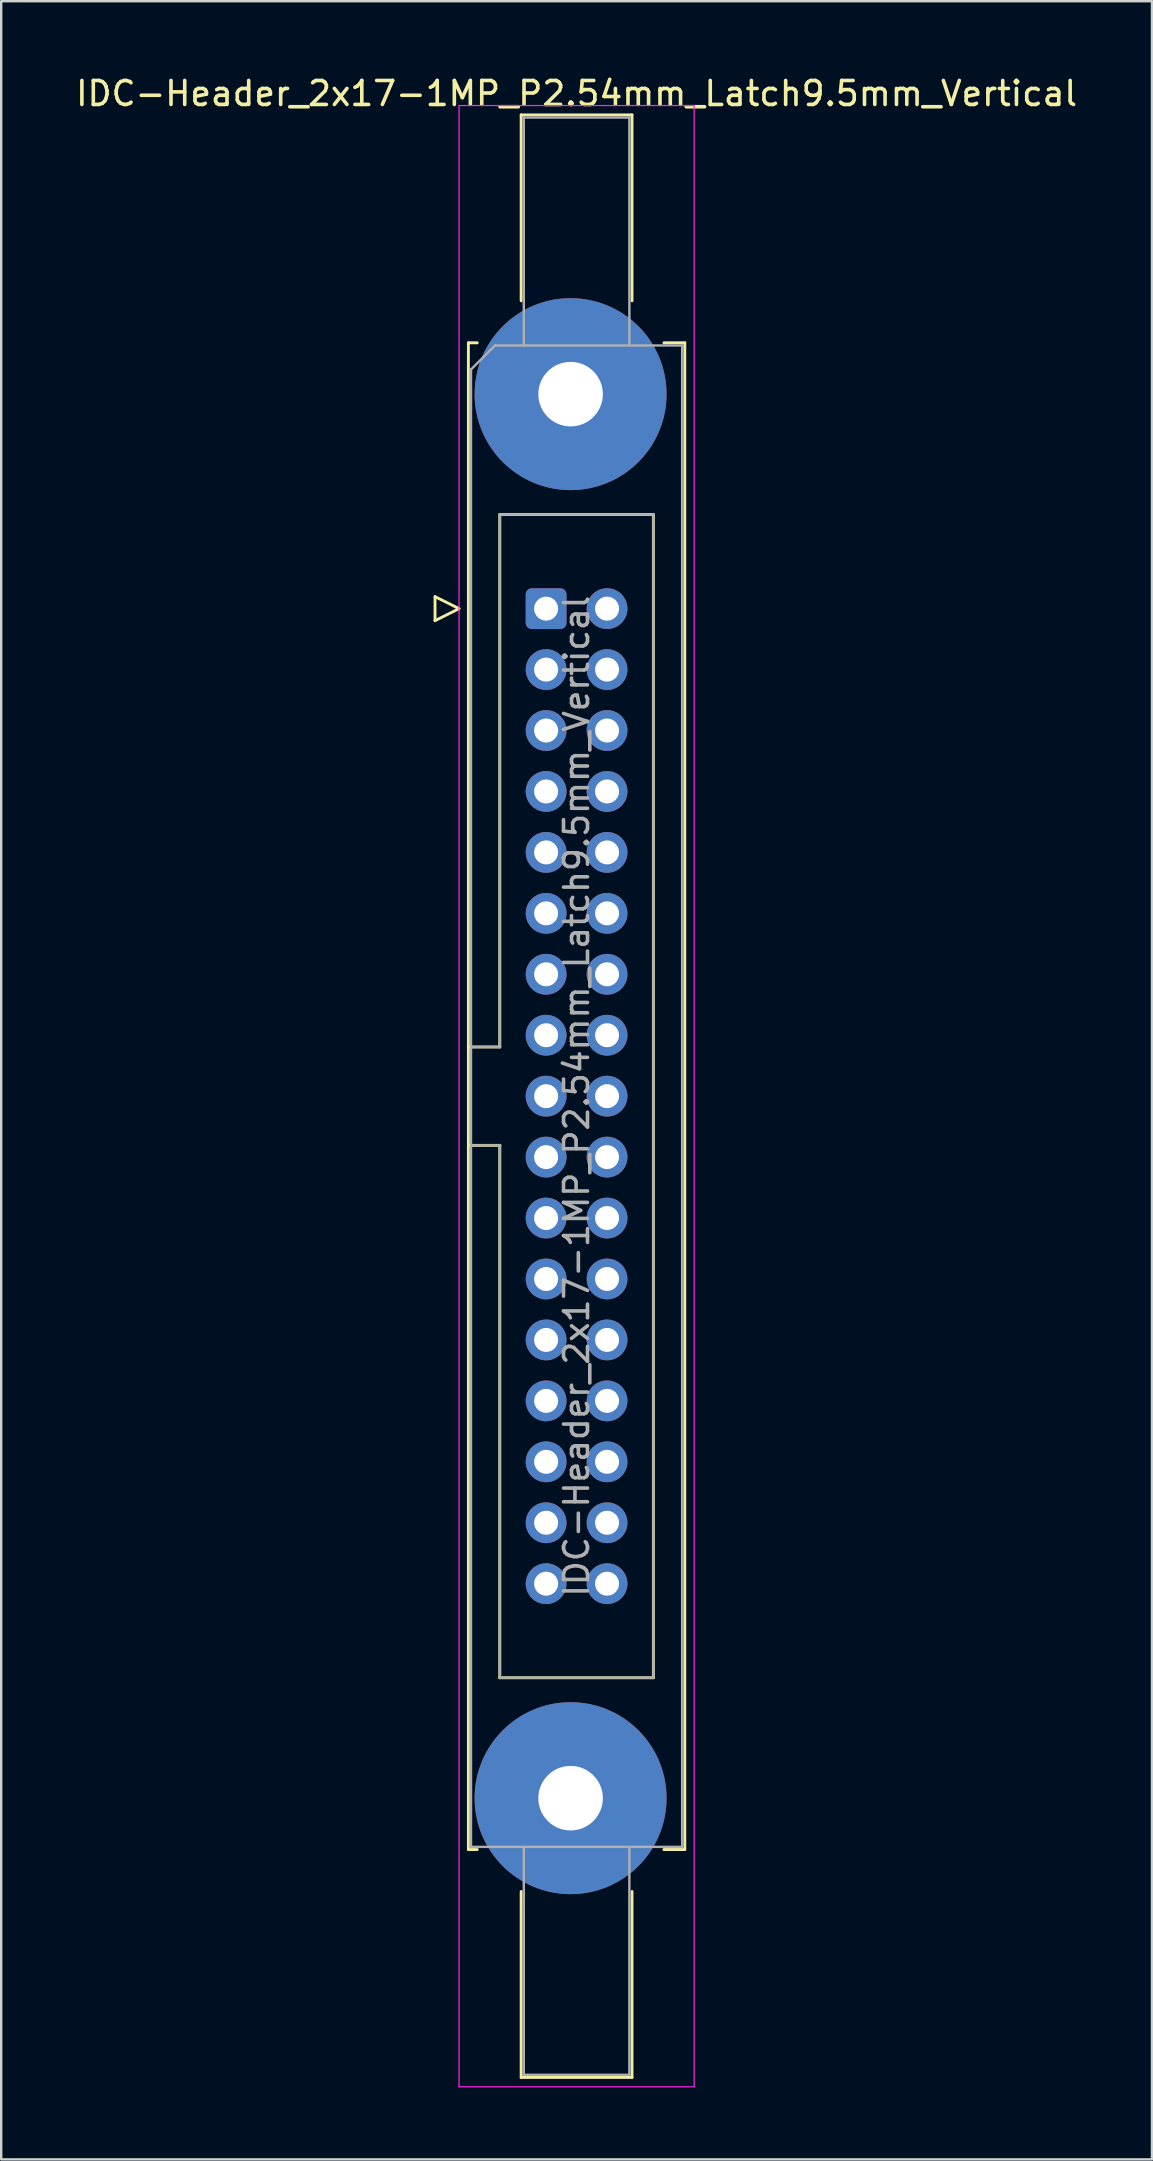
<source format=kicad_pcb>
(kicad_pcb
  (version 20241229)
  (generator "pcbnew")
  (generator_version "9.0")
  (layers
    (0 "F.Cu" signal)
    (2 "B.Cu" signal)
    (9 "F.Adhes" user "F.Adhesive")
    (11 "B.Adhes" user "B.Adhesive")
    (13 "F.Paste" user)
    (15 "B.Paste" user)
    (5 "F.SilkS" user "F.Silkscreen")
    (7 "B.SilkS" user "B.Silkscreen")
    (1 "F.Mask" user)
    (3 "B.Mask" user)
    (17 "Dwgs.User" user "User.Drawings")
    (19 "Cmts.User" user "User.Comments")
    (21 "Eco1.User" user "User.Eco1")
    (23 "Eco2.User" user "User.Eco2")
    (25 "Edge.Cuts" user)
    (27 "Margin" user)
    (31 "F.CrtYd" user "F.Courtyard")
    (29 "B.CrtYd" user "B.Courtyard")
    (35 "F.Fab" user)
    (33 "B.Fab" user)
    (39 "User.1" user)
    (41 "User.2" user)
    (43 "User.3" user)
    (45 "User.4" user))
  (footprint "IDC-Header_2x17-1MP_P2.54mm_Latch9.5mm_Vertical"
    (layer "F.Cu")
    (at 19.712 22.318)
    (property "Reference" "IDC-Header_2x17-1MP_P2.54mm_Latch9.5mm_Vertical" (at 1.27 -21.47 0) (layer "F.SilkS") (effects (font (size 1 1) (thickness 0.15))))
    (attr through_hole)
    (fp_line (start -4.63 -0.5) (end -4.63 0.5) (stroke (width 0.12) (type solid)) (layer "F.SilkS"))
    (fp_line (start -4.63 0.5) (end -3.63 0) (stroke (width 0.12) (type solid)) (layer "F.SilkS"))
    (fp_line (start -3.63 0) (end -4.63 -0.5) (stroke (width 0.12) (type solid)) (layer "F.SilkS"))
    (fp_line (start -3.24 -11.08) (end -3.24 51.72) (stroke (width 0.12) (type solid)) (layer "F.SilkS"))
    (fp_line (start -3.24 18.27) (end -1.93 18.27) (stroke (width 0.12) (type solid)) (layer "F.SilkS"))
    (fp_line (start -3.24 51.72) (end -2.87 51.72) (stroke (width 0.12) (type solid)) (layer "F.SilkS"))
    (fp_line (start -2.87 -11.08) (end -3.24 -11.08) (stroke (width 0.12) (type solid)) (layer "F.SilkS"))
    (fp_line (start -1.93 -3.92) (end 4.47 -3.92) (stroke (width 0.12) (type solid)) (layer "F.SilkS"))
    (fp_line (start -1.93 18.27) (end -1.93 -3.92) (stroke (width 0.12) (type solid)) (layer "F.SilkS"))
    (fp_line (start -1.93 22.37) (end -3.24 22.37) (stroke (width 0.12) (type solid)) (layer "F.SilkS"))
    (fp_line (start -1.93 22.37) (end -1.93 22.37) (stroke (width 0.12) (type solid)) (layer "F.SilkS"))
    (fp_line (start -1.93 44.56) (end -1.93 22.37) (stroke (width 0.12) (type solid)) (layer "F.SilkS"))
    (fp_line (start -1.04 -20.58) (end 3.58 -20.58) (stroke (width 0.12) (type solid)) (layer "F.SilkS"))
    (fp_line (start -1.04 -12.83) (end -1.04 -20.58) (stroke (width 0.12) (type solid)) (layer "F.SilkS"))
    (fp_line (start -1.04 53.47) (end -1.04 61.22) (stroke (width 0.12) (type solid)) (layer "F.SilkS"))
    (fp_line (start -1.04 61.22) (end 3.58 61.22) (stroke (width 0.12) (type solid)) (layer "F.SilkS"))
    (fp_line (start 3.58 -20.58) (end 3.58 -12.83) (stroke (width 0.12) (type solid)) (layer "F.SilkS"))
    (fp_line (start 3.58 61.22) (end 3.58 53.47) (stroke (width 0.12) (type solid)) (layer "F.SilkS"))
    (fp_line (start 4.47 -3.92) (end 4.47 44.56) (stroke (width 0.12) (type solid)) (layer "F.SilkS"))
    (fp_line (start 4.47 44.56) (end -1.93 44.56) (stroke (width 0.12) (type solid)) (layer "F.SilkS"))
    (fp_line (start 4.91 -11.08) (end 5.78 -11.08) (stroke (width 0.12) (type solid)) (layer "F.SilkS"))
    (fp_line (start 5.78 -11.08) (end 5.78 51.72) (stroke (width 0.12) (type solid)) (layer "F.SilkS"))
    (fp_line (start 5.78 51.72) (end 4.91 51.72) (stroke (width 0.12) (type solid)) (layer "F.SilkS"))
    (fp_line (start -3.63 -20.97) (end -3.63 61.61) (stroke (width 0.05) (type solid)) (layer "F.CrtYd"))
    (fp_line (start -3.63 61.61) (end 6.17 61.61) (stroke (width 0.05) (type solid)) (layer "F.CrtYd"))
    (fp_line (start 6.17 -20.97) (end -3.63 -20.97) (stroke (width 0.05) (type solid)) (layer "F.CrtYd"))
    (fp_line (start 6.17 61.61) (end 6.17 -20.97) (stroke (width 0.05) (type solid)) (layer "F.CrtYd"))
    (fp_line (start -3.13 -9.97) (end -2.13 -10.97) (stroke (width 0.1) (type solid)) (layer "F.Fab"))
    (fp_line (start -3.13 18.27) (end -1.93 18.27) (stroke (width 0.1) (type solid)) (layer "F.Fab"))
    (fp_line (start -3.13 51.61) (end -3.13 -9.97) (stroke (width 0.1) (type solid)) (layer "F.Fab"))
    (fp_line (start -2.13 -10.97) (end 5.67 -10.97) (stroke (width 0.1) (type solid)) (layer "F.Fab"))
    (fp_line (start -1.93 -3.92) (end 4.47 -3.92) (stroke (width 0.1) (type solid)) (layer "F.Fab"))
    (fp_line (start -1.93 18.27) (end -1.93 -3.92) (stroke (width 0.1) (type solid)) (layer "F.Fab"))
    (fp_line (start -1.93 22.37) (end -3.13 22.37) (stroke (width 0.1) (type solid)) (layer "F.Fab"))
    (fp_line (start -1.93 22.37) (end -1.93 22.37) (stroke (width 0.1) (type solid)) (layer "F.Fab"))
    (fp_line (start -1.93 44.56) (end -1.93 22.37) (stroke (width 0.1) (type solid)) (layer "F.Fab"))
    (fp_line (start -0.93 -20.47) (end 3.47 -20.47) (stroke (width 0.1) (type solid)) (layer "F.Fab"))
    (fp_line (start -0.93 -10.97) (end -0.93 -20.47) (stroke (width 0.1) (type solid)) (layer "F.Fab"))
    (fp_line (start -0.93 51.61) (end -0.93 61.11) (stroke (width 0.1) (type solid)) (layer "F.Fab"))
    (fp_line (start -0.93 61.11) (end 3.47 61.11) (stroke (width 0.1) (type solid)) (layer "F.Fab"))
    (fp_line (start 3.47 -20.47) (end 3.47 -10.97) (stroke (width 0.1) (type solid)) (layer "F.Fab"))
    (fp_line (start 3.47 61.11) (end 3.47 51.61) (stroke (width 0.1) (type solid)) (layer "F.Fab"))
    (fp_line (start 4.47 -3.92) (end 4.47 44.56) (stroke (width 0.1) (type solid)) (layer "F.Fab"))
    (fp_line (start 4.47 44.56) (end -1.93 44.56) (stroke (width 0.1) (type solid)) (layer "F.Fab"))
    (fp_line (start 5.67 -10.97) (end 5.67 51.61) (stroke (width 0.1) (type solid)) (layer "F.Fab"))
    (fp_line (start 5.67 51.61) (end -3.13 51.61) (stroke (width 0.1) (type solid)) (layer "F.Fab"))
    (fp_text user "${REFERENCE}" (at 1.27 20.32 90) (layer "F.Fab") (effects (font (size 1 1) (thickness 0.15))))
    (pad "1" thru_hole roundrect (at 0 0) (size 1.7 1.7) (drill 1) (layers "*.Cu" "*.Mask") (roundrect_rratio 0.147))
    (pad "2" thru_hole circle (at 2.54 0) (size 1.7 1.7) (drill 1) (layers "*.Cu" "*.Mask"))
    (pad "3" thru_hole circle (at 0 2.54) (size 1.7 1.7) (drill 1) (layers "*.Cu" "*.Mask"))
    (pad "4" thru_hole circle (at 2.54 2.54) (size 1.7 1.7) (drill 1) (layers "*.Cu" "*.Mask"))
    (pad "5" thru_hole circle (at 0 5.08) (size 1.7 1.7) (drill 1) (layers "*.Cu" "*.Mask"))
    (pad "6" thru_hole circle (at 2.54 5.08) (size 1.7 1.7) (drill 1) (layers "*.Cu" "*.Mask"))
    (pad "7" thru_hole circle (at 0 7.62) (size 1.7 1.7) (drill 1) (layers "*.Cu" "*.Mask"))
    (pad "8" thru_hole circle (at 2.54 7.62) (size 1.7 1.7) (drill 1) (layers "*.Cu" "*.Mask"))
    (pad "9" thru_hole circle (at 0 10.16) (size 1.7 1.7) (drill 1) (layers "*.Cu" "*.Mask"))
    (pad "10" thru_hole circle (at 2.54 10.16) (size 1.7 1.7) (drill 1) (layers "*.Cu" "*.Mask"))
    (pad "11" thru_hole circle (at 0 12.7) (size 1.7 1.7) (drill 1) (layers "*.Cu" "*.Mask"))
    (pad "12" thru_hole circle (at 2.54 12.7) (size 1.7 1.7) (drill 1) (layers "*.Cu" "*.Mask"))
    (pad "13" thru_hole circle (at 0 15.24) (size 1.7 1.7) (drill 1) (layers "*.Cu" "*.Mask"))
    (pad "14" thru_hole circle (at 2.54 15.24) (size 1.7 1.7) (drill 1) (layers "*.Cu" "*.Mask"))
    (pad "15" thru_hole circle (at 0 17.78) (size 1.7 1.7) (drill 1) (layers "*.Cu" "*.Mask"))
    (pad "16" thru_hole circle (at 2.54 17.78) (size 1.7 1.7) (drill 1) (layers "*.Cu" "*.Mask"))
    (pad "17" thru_hole circle (at 0 20.32) (size 1.7 1.7) (drill 1) (layers "*.Cu" "*.Mask"))
    (pad "18" thru_hole circle (at 2.54 20.32) (size 1.7 1.7) (drill 1) (layers "*.Cu" "*.Mask"))
    (pad "19" thru_hole circle (at 0 22.86) (size 1.7 1.7) (drill 1) (layers "*.Cu" "*.Mask"))
    (pad "20" thru_hole circle (at 2.54 22.86) (size 1.7 1.7) (drill 1) (layers "*.Cu" "*.Mask"))
    (pad "21" thru_hole circle (at 0 25.4) (size 1.7 1.7) (drill 1) (layers "*.Cu" "*.Mask"))
    (pad "22" thru_hole circle (at 2.54 25.4) (size 1.7 1.7) (drill 1) (layers "*.Cu" "*.Mask"))
    (pad "23" thru_hole circle (at 0 27.94) (size 1.7 1.7) (drill 1) (layers "*.Cu" "*.Mask"))
    (pad "24" thru_hole circle (at 2.54 27.94) (size 1.7 1.7) (drill 1) (layers "*.Cu" "*.Mask"))
    (pad "25" thru_hole circle (at 0 30.48) (size 1.7 1.7) (drill 1) (layers "*.Cu" "*.Mask"))
    (pad "26" thru_hole circle (at 2.54 30.48) (size 1.7 1.7) (drill 1) (layers "*.Cu" "*.Mask"))
    (pad "27" thru_hole circle (at 0 33.02) (size 1.7 1.7) (drill 1) (layers "*.Cu" "*.Mask"))
    (pad "28" thru_hole circle (at 2.54 33.02) (size 1.7 1.7) (drill 1) (layers "*.Cu" "*.Mask"))
    (pad "29" thru_hole circle (at 0 35.56) (size 1.7 1.7) (drill 1) (layers "*.Cu" "*.Mask"))
    (pad "30" thru_hole circle (at 2.54 35.56) (size 1.7 1.7) (drill 1) (layers "*.Cu" "*.Mask"))
    (pad "31" thru_hole circle (at 0 38.1) (size 1.7 1.7) (drill 1) (layers "*.Cu" "*.Mask"))
    (pad "32" thru_hole circle (at 2.54 38.1) (size 1.7 1.7) (drill 1) (layers "*.Cu" "*.Mask"))
    (pad "33" thru_hole circle (at 0 40.64) (size 1.7 1.7) (drill 1) (layers "*.Cu" "*.Mask"))
    (pad "34" thru_hole circle (at 2.54 40.64) (size 1.7 1.7) (drill 1) (layers "*.Cu" "*.Mask"))
    (pad "MP" thru_hole circle (at 1.02 -8.94) (size 8 8) (drill 2.69) (layers "*.Cu" "*.Mask"))
    (pad "MP" thru_hole circle (at 1.02 49.58) (size 8 8) (drill 2.69) (layers "*.Cu" "*.Mask")))
  (gr_rect
    (start -3 -3)
    (end 44.964 86.953)
    (stroke (width 0.1) (type default))
    (fill no)
    (layer "Edge.Cuts")))
</source>
